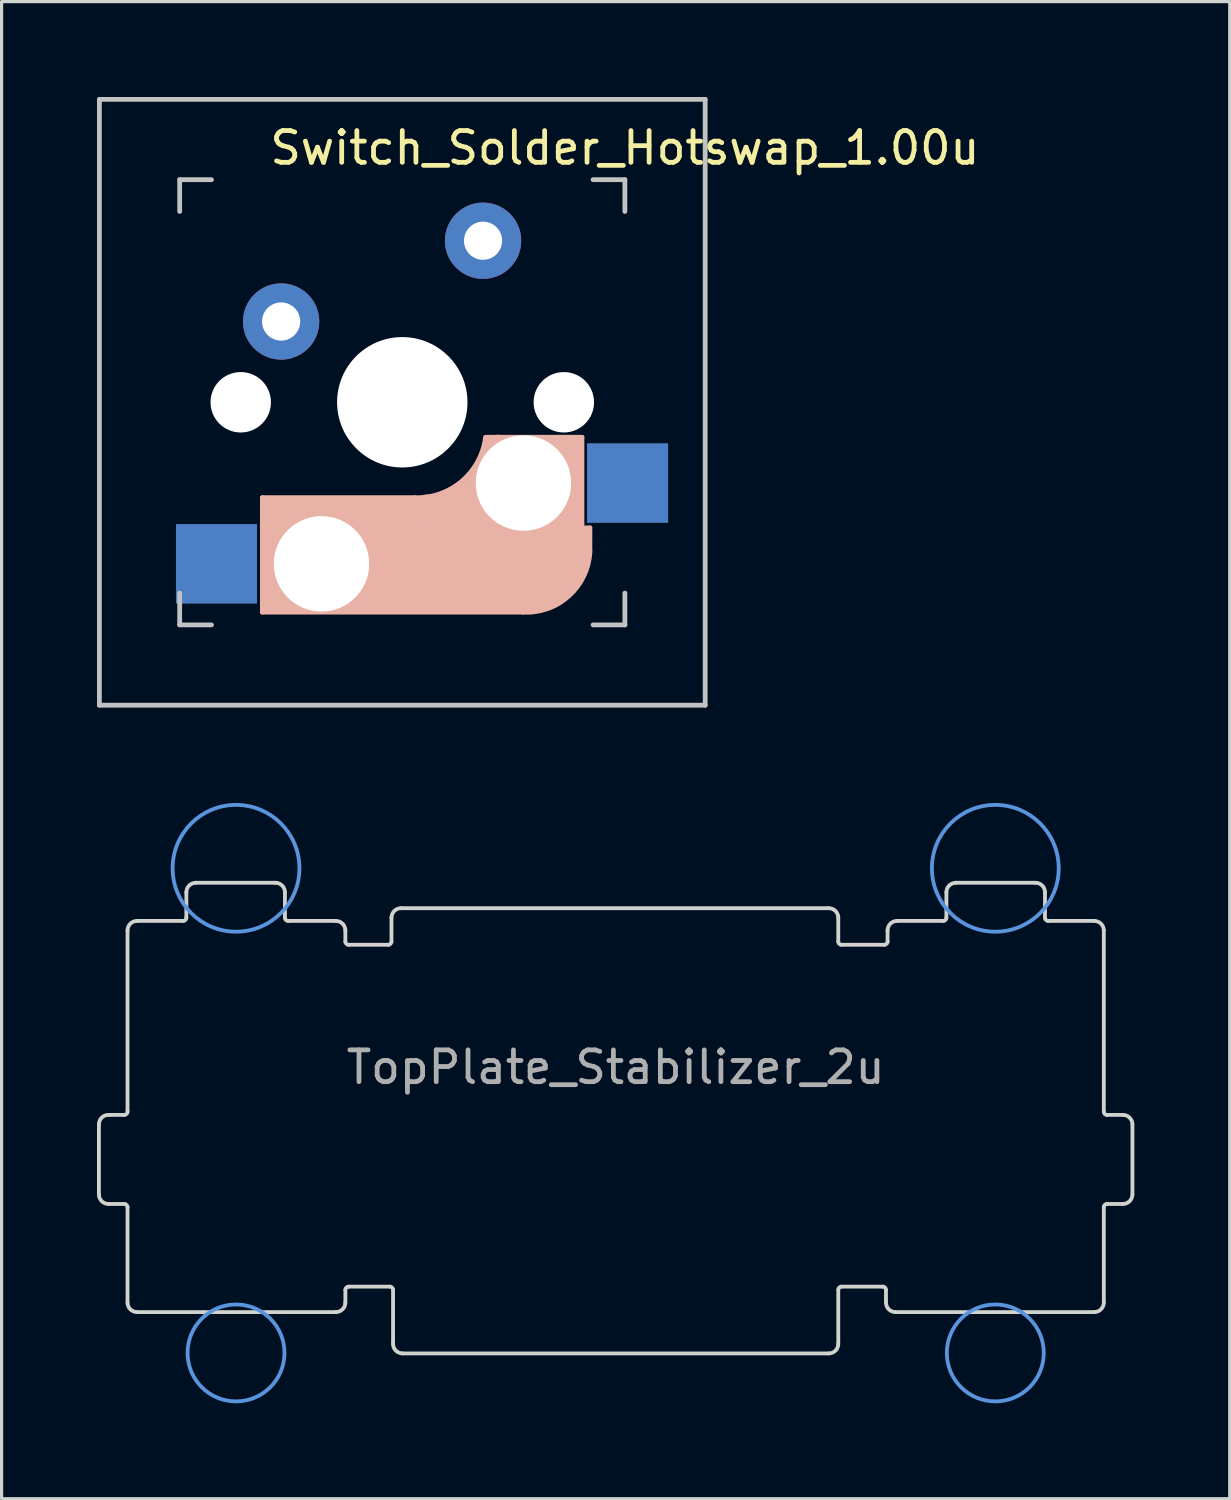
<source format=kicad_pcb>
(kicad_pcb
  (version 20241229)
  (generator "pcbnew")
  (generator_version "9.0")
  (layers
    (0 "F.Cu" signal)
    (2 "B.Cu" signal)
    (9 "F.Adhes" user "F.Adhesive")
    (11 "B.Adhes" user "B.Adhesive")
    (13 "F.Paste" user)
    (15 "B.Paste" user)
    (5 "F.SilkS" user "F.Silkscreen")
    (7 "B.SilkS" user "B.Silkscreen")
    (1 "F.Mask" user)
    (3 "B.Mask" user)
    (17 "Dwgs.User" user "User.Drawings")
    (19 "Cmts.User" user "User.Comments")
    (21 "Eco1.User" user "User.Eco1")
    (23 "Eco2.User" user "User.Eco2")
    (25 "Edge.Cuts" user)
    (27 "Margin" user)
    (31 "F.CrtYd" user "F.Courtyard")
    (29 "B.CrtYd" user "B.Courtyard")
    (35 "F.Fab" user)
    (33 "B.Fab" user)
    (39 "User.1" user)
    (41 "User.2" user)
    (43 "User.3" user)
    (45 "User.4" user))
  (footprint "Switch_Solder_Hotswap_1.00u"
    (layer "F.Cu")
    (at 9.6 9.6)
    (property "Reference" "Switch_Solder_Hotswap_1.00u" (at 7 -8 0) (layer "F.SilkS") (effects (font (size 1 1) (thickness 0.15))))
    (attr through_hole)
    (fp_line (start -4.4 3) (end -4.4 6.6) (stroke (width 0.15) (type solid)) (layer "B.SilkS"))
    (fp_line (start -4.4 6.6) (end 3.8 6.6) (stroke (width 0.15) (type solid)) (layer "B.SilkS"))
    (fp_line (start -4.38 4) (end -4.38 6.25) (stroke (width 0.15) (type solid)) (layer "B.SilkS"))
    (fp_line (start -4.25 6.4) (end -3 6.4) (stroke (width 0.4) (type solid)) (layer "B.SilkS"))
    (fp_line (start -4.2 3.25) (end -2.9 3.3) (stroke (width 0.5) (type solid)) (layer "B.SilkS"))
    (fp_line (start -3.9 6) (end -3.9 3.5) (stroke (width 1) (type solid)) (layer "B.SilkS"))
    (fp_line (start -2.6 4.8) (end 4.1 4.8) (stroke (width 3.5) (type solid)) (layer "B.SilkS"))
    (fp_line (start 0.4 3) (end -4.4 3) (stroke (width 0.15) (type solid)) (layer "B.SilkS"))
    (fp_line (start 4.17 5.1) (end 4.17 2.86) (stroke (width 3) (type solid)) (layer "B.SilkS"))
    (fp_line (start 5.3 1.6) (end 5.3 3.4) (stroke (width 0.8) (type solid)) (layer "B.SilkS"))
    (fp_line (start 5.45 1.3) (end 3 1.3) (stroke (width 0.5) (type solid)) (layer "B.SilkS"))
    (fp_line (start 5.65 1.1) (end 2.62 1.1) (stroke (width 0.15) (type solid)) (layer "B.SilkS"))
    (fp_line (start 5.65 5.55) (end 5.65 1.1) (stroke (width 0.15) (type solid)) (layer "B.SilkS"))
    (fp_line (start 5.8 4.05) (end 5.8 4.7) (stroke (width 0.3) (type solid)) (layer "B.SilkS"))
    (fp_line (start 5.9 3.95) (end 5.7 3.95) (stroke (width 0.15) (type solid)) (layer "B.SilkS"))
    (fp_line (start 5.9 4.7) (end 5.9 3.95) (stroke (width 0.15) (type solid)) (layer "B.SilkS"))
    (fp_arc (start 2.616318 1.121471) (mid 1.868709 2.486118) (end 0.4 3) (stroke (width 0.15) (type solid)) (layer "B.SilkS"))
    (fp_arc (start 3.016318 1.521471) (mid 2.268709 2.886118) (end 0.8 3.4) (stroke (width 1) (type solid)) (layer "B.SilkS"))
    (fp_arc (start 5.9 4.699999) (mid 5.243504 6.084924) (end 3.800001 6.6) (stroke (width 0.15) (type solid)) (layer "B.SilkS"))
    (fp_line (start -9.525 -9.525) (end 9.525 -9.525) (stroke (width 0.15) (type solid)) (layer "Dwgs.User"))
    (fp_line (start -9.525 9.525) (end -9.525 -9.525) (stroke (width 0.15) (type solid)) (layer "Dwgs.User"))
    (fp_line (start -7 -7) (end -7 -6) (stroke (width 0.15) (type solid)) (layer "Dwgs.User"))
    (fp_line (start -7 7) (end -7 6) (stroke (width 0.15) (type solid)) (layer "Dwgs.User"))
    (fp_line (start -7 7) (end -6 7) (stroke (width 0.15) (type solid)) (layer "Dwgs.User"))
    (fp_line (start -6 -7) (end -7 -7) (stroke (width 0.15) (type solid)) (layer "Dwgs.User"))
    (fp_line (start 7 -7) (end 6 -7) (stroke (width 0.15) (type solid)) (layer "Dwgs.User"))
    (fp_line (start 7 -6) (end 7 -7) (stroke (width 0.15) (type solid)) (layer "Dwgs.User"))
    (fp_line (start 7 6) (end 7 7) (stroke (width 0.15) (type solid)) (layer "Dwgs.User"))
    (fp_line (start 7 7) (end 6 7) (stroke (width 0.15) (type solid)) (layer "Dwgs.User"))
    (fp_line (start 9.525 -9.525) (end 9.525 9.525) (stroke (width 0.15) (type solid)) (layer "Dwgs.User"))
    (fp_line (start 9.525 9.525) (end -9.525 9.525) (stroke (width 0.15) (type solid)) (layer "Dwgs.User"))
    (pad "" np_thru_hole circle (at -5.08 0 180) (size 1.9 1.9) (drill 1.9) (layers "*.Cu" "*.Mask"))
    (pad "" np_thru_hole circle (at -2.54 5.08 180) (size 3 3) (drill 3) (layers "*.Cu" "*.Mask"))
    (pad "" np_thru_hole circle (at 0 0) (size 4.1 4.1) (drill 4.1) (layers "*.Cu" "*.Mask"))
    (pad "" np_thru_hole circle (at 3.81 2.54 180) (size 3 3) (drill 3) (layers "*.Cu" "*.Mask"))
    (pad "" np_thru_hole circle (at 5.08 0 180) (size 1.9 1.9) (drill 1.9) (layers "*.Cu" "*.Mask"))
    (pad "1" thru_hole circle (at 2.54 -5.08) (size 2.4 2.4) (drill 1.2) (layers "*.Cu" "B.Mask"))
    (pad "1" smd rect (at 7.085 2.54) (size 2.55 2.5) (layers "B.Cu" "B.Mask" "B.Paste"))
    (pad "2" smd rect (at -5.842 5.08) (size 2.55 2.5) (layers "B.Cu" "B.Mask" "B.Paste"))
    (pad "2" thru_hole circle (at -3.81 -2.54) (size 2.4 2.4) (drill 1.2) (layers "*.Cu" "B.Mask")))
  (footprint "TopPlate_Stabilizer_2u"
    (layer "F.Cu")
    (at 16.31 32.509)
    (property "Reference" "TopPlate_Stabilizer_2u" (at 0 -2 180) (layer "F.Fab") (effects (font (size 1 1) (thickness 0.15))))
    (attr through_hole)
    (fp_circle (center -11.938 -8.255) (end -9.944 -8.255) (stroke (width 0.12) (type solid)) (fill no) (layer "Cmts.User"))
    (fp_circle (center -11.938 6.985) (end -10.414 6.985) (stroke (width 0.12) (type solid)) (fill no) (layer "Cmts.User"))
    (fp_circle (center 11.938 -8.255) (end 13.932 -8.255) (stroke (width 0.12) (type solid)) (fill no) (layer "Cmts.User"))
    (fp_circle (center 11.938 6.985) (end 13.462 6.985) (stroke (width 0.12) (type solid)) (fill no) (layer "Cmts.User"))
    (fp_line (start -16.25 2) (end -16.25 -0.2) (stroke (width 0.12) (type solid)) (layer "Edge.Cuts"))
    (fp_line (start -15.95 -0.5) (end -15.45 -0.5) (stroke (width 0.12) (type solid)) (layer "Edge.Cuts"))
    (fp_line (start -15.45 2.3) (end -15.95 2.3) (stroke (width 0.12) (type solid)) (layer "Edge.Cuts"))
    (fp_line (start -15.35 -0.6) (end -15.35 -6.3) (stroke (width 0.12) (type solid)) (layer "Edge.Cuts"))
    (fp_line (start -15.35 5.4) (end -15.35 2.4) (stroke (width 0.12) (type solid)) (layer "Edge.Cuts"))
    (fp_line (start -15.05 -6.6) (end -13.6 -6.6) (stroke (width 0.12) (type solid)) (layer "Edge.Cuts"))
    (fp_line (start -13.5 -6.7) (end -13.5 -7.5) (stroke (width 0.12) (type solid)) (layer "Edge.Cuts"))
    (fp_line (start -13.2 -7.8) (end -10.7 -7.8) (stroke (width 0.12) (type solid)) (layer "Edge.Cuts"))
    (fp_line (start -10.4 -7.5) (end -10.4 -6.7) (stroke (width 0.12) (type solid)) (layer "Edge.Cuts"))
    (fp_line (start -10.3 -6.6) (end -8.8 -6.6) (stroke (width 0.12) (type solid)) (layer "Edge.Cuts"))
    (fp_line (start -8.8 5.7) (end -15.05 5.7) (stroke (width 0.12) (type solid)) (layer "Edge.Cuts"))
    (fp_line (start -8.5 -6.3) (end -8.5 -5.95) (stroke (width 0.12) (type solid)) (layer "Edge.Cuts"))
    (fp_line (start -8.5 5) (end -8.5 5.4) (stroke (width 0.12) (type solid)) (layer "Edge.Cuts"))
    (fp_line (start -8.4 -5.85) (end -7.15 -5.85) (stroke (width 0.12) (type solid)) (layer "Edge.Cuts"))
    (fp_line (start -7.1 4.9) (end -8.4 4.9) (stroke (width 0.12) (type solid)) (layer "Edge.Cuts"))
    (fp_line (start -7.05 -5.95) (end -7.05 -6.7) (stroke (width 0.12) (type solid)) (layer "Edge.Cuts"))
    (fp_line (start -7 6.7) (end -7 5) (stroke (width 0.12) (type solid)) (layer "Edge.Cuts"))
    (fp_line (start -6.75 -7) (end 6.7 -7) (stroke (width 0.12) (type solid)) (layer "Edge.Cuts"))
    (fp_line (start 6.7 7) (end -6.7 7) (stroke (width 0.12) (type solid)) (layer "Edge.Cuts"))
    (fp_line (start 7 -6.7) (end 7 -5.95) (stroke (width 0.12) (type solid)) (layer "Edge.Cuts"))
    (fp_line (start 7 5) (end 7 6.7) (stroke (width 0.12) (type solid)) (layer "Edge.Cuts"))
    (fp_line (start 7.1 -5.85) (end 8.45 -5.85) (stroke (width 0.12) (type solid)) (layer "Edge.Cuts"))
    (fp_line (start 8.4 4.9) (end 7.1 4.9) (stroke (width 0.12) (type solid)) (layer "Edge.Cuts"))
    (fp_line (start 8.5 5.4) (end 8.5 5) (stroke (width 0.12) (type solid)) (layer "Edge.Cuts"))
    (fp_line (start 8.55 -5.95) (end 8.55 -6.3) (stroke (width 0.12) (type solid)) (layer "Edge.Cuts"))
    (fp_line (start 8.85 -6.6) (end 10.3 -6.6) (stroke (width 0.12) (type solid)) (layer "Edge.Cuts"))
    (fp_line (start 10.4 -6.7) (end 10.4 -7.5) (stroke (width 0.12) (type solid)) (layer "Edge.Cuts"))
    (fp_line (start 10.7 -7.8) (end 13.2 -7.8) (stroke (width 0.12) (type solid)) (layer "Edge.Cuts"))
    (fp_line (start 13.5 -7.5) (end 13.5 -6.7) (stroke (width 0.12) (type solid)) (layer "Edge.Cuts"))
    (fp_line (start 13.6 -6.6) (end 15.05 -6.6) (stroke (width 0.12) (type solid)) (layer "Edge.Cuts"))
    (fp_line (start 15.05 5.7) (end 8.8 5.7) (stroke (width 0.12) (type solid)) (layer "Edge.Cuts"))
    (fp_line (start 15.35 -6.3) (end 15.35 -0.6) (stroke (width 0.12) (type solid)) (layer "Edge.Cuts"))
    (fp_line (start 15.35 2.4) (end 15.35 5.4) (stroke (width 0.12) (type solid)) (layer "Edge.Cuts"))
    (fp_line (start 15.45 -0.5) (end 15.95 -0.5) (stroke (width 0.12) (type solid)) (layer "Edge.Cuts"))
    (fp_line (start 15.95 2.3) (end 15.45 2.3) (stroke (width 0.12) (type solid)) (layer "Edge.Cuts"))
    (fp_line (start 16.25 -0.2) (end 16.25 2) (stroke (width 0.12) (type solid)) (layer "Edge.Cuts"))
    (fp_arc (start -16.25 -0.2) (mid -16.162132 -0.412132) (end -15.95 -0.5) (stroke (width 0.12) (type solid)) (layer "Edge.Cuts"))
    (fp_arc (start -15.95 2.3) (mid -16.162132 2.212132) (end -16.25 2) (stroke (width 0.12) (type solid)) (layer "Edge.Cuts"))
    (fp_arc (start -15.45 2.3) (mid -15.379289 2.329289) (end -15.35 2.4) (stroke (width 0.12) (type solid)) (layer "Edge.Cuts"))
    (fp_arc (start -15.35 -6.3) (mid -15.262132 -6.512132) (end -15.05 -6.6) (stroke (width 0.12) (type solid)) (layer "Edge.Cuts"))
    (fp_arc (start -15.35 -0.6) (mid -15.379289 -0.529289) (end -15.45 -0.5) (stroke (width 0.12) (type solid)) (layer "Edge.Cuts"))
    (fp_arc (start -15.05 5.7) (mid -15.262132 5.612132) (end -15.35 5.4) (stroke (width 0.12) (type solid)) (layer "Edge.Cuts"))
    (fp_arc (start -13.5 -7.5) (mid -13.412132 -7.712132) (end -13.2 -7.8) (stroke (width 0.12) (type solid)) (layer "Edge.Cuts"))
    (fp_arc (start -13.5 -6.7) (mid -13.529289 -6.629289) (end -13.6 -6.6) (stroke (width 0.12) (type solid)) (layer "Edge.Cuts"))
    (fp_arc (start -10.7 -7.8) (mid -10.487868 -7.712132) (end -10.4 -7.5) (stroke (width 0.12) (type solid)) (layer "Edge.Cuts"))
    (fp_arc (start -10.3 -6.6) (mid -10.370711 -6.629289) (end -10.4 -6.7) (stroke (width 0.12) (type solid)) (layer "Edge.Cuts"))
    (fp_arc (start -8.8 -6.6) (mid -8.587868 -6.512132) (end -8.5 -6.3) (stroke (width 0.12) (type solid)) (layer "Edge.Cuts"))
    (fp_arc (start -8.5 5) (mid -8.470711 4.929289) (end -8.4 4.9) (stroke (width 0.12) (type solid)) (layer "Edge.Cuts"))
    (fp_arc (start -8.5 5.4) (mid -8.587868 5.612132) (end -8.8 5.7) (stroke (width 0.12) (type solid)) (layer "Edge.Cuts"))
    (fp_arc (start -8.4 -5.85) (mid -8.470711 -5.879289) (end -8.5 -5.95) (stroke (width 0.12) (type solid)) (layer "Edge.Cuts"))
    (fp_arc (start -7.1 4.9) (mid -7.029289 4.929289) (end -7 5) (stroke (width 0.12) (type solid)) (layer "Edge.Cuts"))
    (fp_arc (start -7.05 -6.7) (mid -6.962132 -6.912132) (end -6.75 -7) (stroke (width 0.12) (type solid)) (layer "Edge.Cuts"))
    (fp_arc (start -7.05 -5.95) (mid -7.079289 -5.879289) (end -7.15 -5.85) (stroke (width 0.12) (type solid)) (layer "Edge.Cuts"))
    (fp_arc (start -6.7 7) (mid -6.912132 6.912132) (end -7 6.7) (stroke (width 0.12) (type solid)) (layer "Edge.Cuts"))
    (fp_arc (start 6.7 -7) (mid 6.912132 -6.912132) (end 7 -6.7) (stroke (width 0.12) (type solid)) (layer "Edge.Cuts"))
    (fp_arc (start 7 5) (mid 7.029289 4.929289) (end 7.1 4.9) (stroke (width 0.12) (type solid)) (layer "Edge.Cuts"))
    (fp_arc (start 7 6.7) (mid 6.912132 6.912132) (end 6.7 7) (stroke (width 0.12) (type solid)) (layer "Edge.Cuts"))
    (fp_arc (start 7.1 -5.85) (mid 7.029289 -5.879289) (end 7 -5.95) (stroke (width 0.12) (type solid)) (layer "Edge.Cuts"))
    (fp_arc (start 8.4 4.9) (mid 8.470711 4.929289) (end 8.5 5) (stroke (width 0.12) (type solid)) (layer "Edge.Cuts"))
    (fp_arc (start 8.55 -6.3) (mid 8.637868 -6.512132) (end 8.85 -6.6) (stroke (width 0.12) (type solid)) (layer "Edge.Cuts"))
    (fp_arc (start 8.55 -5.95) (mid 8.520711 -5.879289) (end 8.45 -5.85) (stroke (width 0.12) (type solid)) (layer "Edge.Cuts"))
    (fp_arc (start 8.8 5.7) (mid 8.587868 5.612132) (end 8.5 5.4) (stroke (width 0.12) (type solid)) (layer "Edge.Cuts"))
    (fp_arc (start 10.4 -7.5) (mid 10.487868 -7.712132) (end 10.7 -7.8) (stroke (width 0.12) (type solid)) (layer "Edge.Cuts"))
    (fp_arc (start 10.4 -6.7) (mid 10.370711 -6.629289) (end 10.3 -6.6) (stroke (width 0.12) (type solid)) (layer "Edge.Cuts"))
    (fp_arc (start 13.2 -7.8) (mid 13.412132 -7.712132) (end 13.5 -7.5) (stroke (width 0.12) (type solid)) (layer "Edge.Cuts"))
    (fp_arc (start 13.6 -6.6) (mid 13.529289 -6.629289) (end 13.5 -6.7) (stroke (width 0.12) (type solid)) (layer "Edge.Cuts"))
    (fp_arc (start 15.05 -6.6) (mid 15.262132 -6.512132) (end 15.35 -6.3) (stroke (width 0.12) (type solid)) (layer "Edge.Cuts"))
    (fp_arc (start 15.35 2.4) (mid 15.379289 2.329289) (end 15.45 2.3) (stroke (width 0.12) (type solid)) (layer "Edge.Cuts"))
    (fp_arc (start 15.35 5.4) (mid 15.262132 5.612132) (end 15.05 5.7) (stroke (width 0.12) (type solid)) (layer "Edge.Cuts"))
    (fp_arc (start 15.45 -0.5) (mid 15.379289 -0.529289) (end 15.35 -0.6) (stroke (width 0.12) (type solid)) (layer "Edge.Cuts"))
    (fp_arc (start 15.95 -0.5) (mid 16.162132 -0.412132) (end 16.25 -0.2) (stroke (width 0.12) (type solid)) (layer "Edge.Cuts"))
    (fp_arc (start 16.25 2) (mid 16.162132 2.212132) (end 15.95 2.3) (stroke (width 0.12) (type solid)) (layer "Edge.Cuts")))
  (gr_rect
    (start -3 -3)
    (end 35.62 44.078)
    (stroke (width 0.1) (type default))
    (fill no)
    (layer "Edge.Cuts")))
</source>
